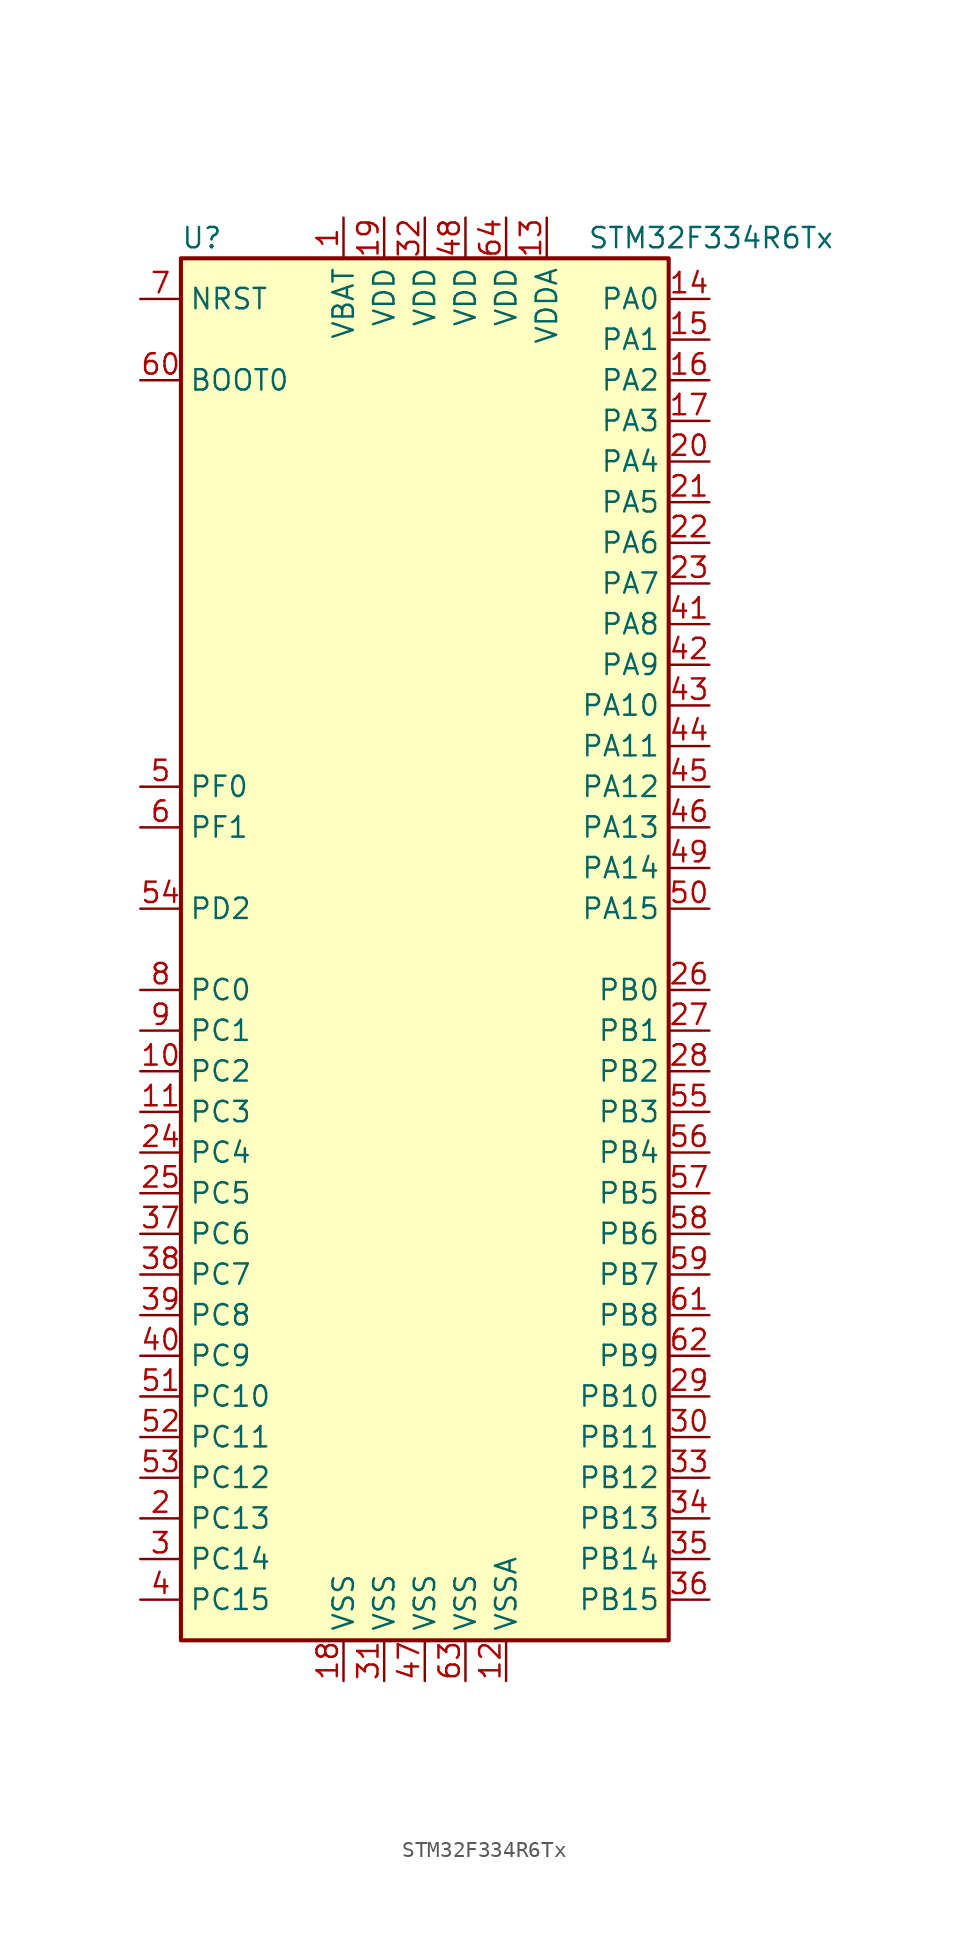
<source format=kicad_sym>
(kicad_symbol_lib
  (version 20211014)
  (generator kicad_symbol_editor)
  (symbol "STM32F334R6Tx"
    (property "Reference" "U"
      (at -15.24 44.45 0)
      (effects (font (size 1.27 1.27)) (justify left)))
    (property "Value" "STM32F334R6Tx"
      (at 10.16 44.45 0)
      (effects (font (size 1.27 1.27)) (justify left)))
    (symbol "STM32F334R6Tx_0_1"
      (rectangle (start -15.24 -43.18) (end 15.24 43.18) (stroke (width 0.254) (type default) (color 0 0 0 0)) (fill (type background))))
    (symbol "STM32F334R6Tx_1_1"
      (pin power_in line (at -5.08 45.72 270) (length 2.54) (name "VBAT" (effects (font (size 1.27 1.27)))) (number "1" (effects (font (size 1.27 1.27)))))
      (pin bidirectional line (at -17.78 -7.62 0) (length 2.54) (name "PC2" (effects (font (size 1.27 1.27)))) (number "10" (effects (font (size 1.27 1.27)))))
      (pin bidirectional line (at -17.78 -10.16 0) (length 2.54) (name "PC3" (effects (font (size 1.27 1.27)))) (number "11" (effects (font (size 1.27 1.27)))))
      (pin power_in line (at 5.08 -45.72 90) (length 2.54) (name "VSSA" (effects (font (size 1.27 1.27)))) (number "12" (effects (font (size 1.27 1.27)))))
      (pin power_in line (at 7.62 45.72 270) (length 2.54) (name "VDDA" (effects (font (size 1.27 1.27)))) (number "13" (effects (font (size 1.27 1.27)))))
      (pin bidirectional line (at 17.78 40.64 180) (length 2.54) (name "PA0" (effects (font (size 1.27 1.27)))) (number "14" (effects (font (size 1.27 1.27)))))
      (pin bidirectional line (at 17.78 38.1 180) (length 2.54) (name "PA1" (effects (font (size 1.27 1.27)))) (number "15" (effects (font (size 1.27 1.27)))))
      (pin bidirectional line (at 17.78 35.56 180) (length 2.54) (name "PA2" (effects (font (size 1.27 1.27)))) (number "16" (effects (font (size 1.27 1.27)))))
      (pin bidirectional line (at 17.78 33.02 180) (length 2.54) (name "PA3" (effects (font (size 1.27 1.27)))) (number "17" (effects (font (size 1.27 1.27)))))
      (pin power_in line (at -5.08 -45.72 90) (length 2.54) (name "VSS" (effects (font (size 1.27 1.27)))) (number "18" (effects (font (size 1.27 1.27)))))
      (pin power_in line (at -2.54 45.72 270) (length 2.54) (name "VDD" (effects (font (size 1.27 1.27)))) (number "19" (effects (font (size 1.27 1.27)))))
      (pin bidirectional line (at -17.78 -35.56 0) (length 2.54) (name "PC13" (effects (font (size 1.27 1.27)))) (number "2" (effects (font (size 1.27 1.27)))))
      (pin bidirectional line (at 17.78 30.48 180) (length 2.54) (name "PA4" (effects (font (size 1.27 1.27)))) (number "20" (effects (font (size 1.27 1.27)))))
      (pin bidirectional line (at 17.78 27.94 180) (length 2.54) (name "PA5" (effects (font (size 1.27 1.27)))) (number "21" (effects (font (size 1.27 1.27)))))
      (pin bidirectional line (at 17.78 25.4 180) (length 2.54) (name "PA6" (effects (font (size 1.27 1.27)))) (number "22" (effects (font (size 1.27 1.27)))))
      (pin bidirectional line (at 17.78 22.86 180) (length 2.54) (name "PA7" (effects (font (size 1.27 1.27)))) (number "23" (effects (font (size 1.27 1.27)))))
      (pin bidirectional line (at -17.78 -12.7 0) (length 2.54) (name "PC4" (effects (font (size 1.27 1.27)))) (number "24" (effects (font (size 1.27 1.27)))))
      (pin bidirectional line (at -17.78 -15.24 0) (length 2.54) (name "PC5" (effects (font (size 1.27 1.27)))) (number "25" (effects (font (size 1.27 1.27)))))
      (pin bidirectional line (at 17.78 -2.54 180) (length 2.54) (name "PB0" (effects (font (size 1.27 1.27)))) (number "26" (effects (font (size 1.27 1.27)))))
      (pin bidirectional line (at 17.78 -5.08 180) (length 2.54) (name "PB1" (effects (font (size 1.27 1.27)))) (number "27" (effects (font (size 1.27 1.27)))))
      (pin bidirectional line (at 17.78 -7.62 180) (length 2.54) (name "PB2" (effects (font (size 1.27 1.27)))) (number "28" (effects (font (size 1.27 1.27)))))
      (pin bidirectional line (at 17.78 -27.94 180) (length 2.54) (name "PB10" (effects (font (size 1.27 1.27)))) (number "29" (effects (font (size 1.27 1.27)))))
      (pin bidirectional line (at -17.78 -38.1 0) (length 2.54) (name "PC14" (effects (font (size 1.27 1.27)))) (number "3" (effects (font (size 1.27 1.27)))))
      (pin bidirectional line (at 17.78 -30.48 180) (length 2.54) (name "PB11" (effects (font (size 1.27 1.27)))) (number "30" (effects (font (size 1.27 1.27)))))
      (pin power_in line (at -2.54 -45.72 90) (length 2.54) (name "VSS" (effects (font (size 1.27 1.27)))) (number "31" (effects (font (size 1.27 1.27)))))
      (pin power_in line (at 0 45.72 270) (length 2.54) (name "VDD" (effects (font (size 1.27 1.27)))) (number "32" (effects (font (size 1.27 1.27)))))
      (pin bidirectional line (at 17.78 -33.02 180) (length 2.54) (name "PB12" (effects (font (size 1.27 1.27)))) (number "33" (effects (font (size 1.27 1.27)))))
      (pin bidirectional line (at 17.78 -35.56 180) (length 2.54) (name "PB13" (effects (font (size 1.27 1.27)))) (number "34" (effects (font (size 1.27 1.27)))))
      (pin bidirectional line (at 17.78 -38.1 180) (length 2.54) (name "PB14" (effects (font (size 1.27 1.27)))) (number "35" (effects (font (size 1.27 1.27)))))
      (pin bidirectional line (at 17.78 -40.64 180) (length 2.54) (name "PB15" (effects (font (size 1.27 1.27)))) (number "36" (effects (font (size 1.27 1.27)))))
      (pin bidirectional line (at -17.78 -17.78 0) (length 2.54) (name "PC6" (effects (font (size 1.27 1.27)))) (number "37" (effects (font (size 1.27 1.27)))))
      (pin bidirectional line (at -17.78 -20.32 0) (length 2.54) (name "PC7" (effects (font (size 1.27 1.27)))) (number "38" (effects (font (size 1.27 1.27)))))
      (pin bidirectional line (at -17.78 -22.86 0) (length 2.54) (name "PC8" (effects (font (size 1.27 1.27)))) (number "39" (effects (font (size 1.27 1.27)))))
      (pin bidirectional line (at -17.78 -40.64 0) (length 2.54) (name "PC15" (effects (font (size 1.27 1.27)))) (number "4" (effects (font (size 1.27 1.27)))))
      (pin bidirectional line (at -17.78 -25.4 0) (length 2.54) (name "PC9" (effects (font (size 1.27 1.27)))) (number "40" (effects (font (size 1.27 1.27)))))
      (pin bidirectional line (at 17.78 20.32 180) (length 2.54) (name "PA8" (effects (font (size 1.27 1.27)))) (number "41" (effects (font (size 1.27 1.27)))))
      (pin bidirectional line (at 17.78 17.78 180) (length 2.54) (name "PA9" (effects (font (size 1.27 1.27)))) (number "42" (effects (font (size 1.27 1.27)))))
      (pin bidirectional line (at 17.78 15.24 180) (length 2.54) (name "PA10" (effects (font (size 1.27 1.27)))) (number "43" (effects (font (size 1.27 1.27)))))
      (pin bidirectional line (at 17.78 12.7 180) (length 2.54) (name "PA11" (effects (font (size 1.27 1.27)))) (number "44" (effects (font (size 1.27 1.27)))))
      (pin bidirectional line (at 17.78 10.16 180) (length 2.54) (name "PA12" (effects (font (size 1.27 1.27)))) (number "45" (effects (font (size 1.27 1.27)))))
      (pin bidirectional line (at 17.78 7.62 180) (length 2.54) (name "PA13" (effects (font (size 1.27 1.27)))) (number "46" (effects (font (size 1.27 1.27)))))
      (pin power_in line (at 0 -45.72 90) (length 2.54) (name "VSS" (effects (font (size 1.27 1.27)))) (number "47" (effects (font (size 1.27 1.27)))))
      (pin power_in line (at 2.54 45.72 270) (length 2.54) (name "VDD" (effects (font (size 1.27 1.27)))) (number "48" (effects (font (size 1.27 1.27)))))
      (pin bidirectional line (at 17.78 5.08 180) (length 2.54) (name "PA14" (effects (font (size 1.27 1.27)))) (number "49" (effects (font (size 1.27 1.27)))))
      (pin input line (at -17.78 10.16 0) (length 2.54) (name "PF0" (effects (font (size 1.27 1.27)))) (number "5" (effects (font (size 1.27 1.27)))))
      (pin bidirectional line (at 17.78 2.54 180) (length 2.54) (name "PA15" (effects (font (size 1.27 1.27)))) (number "50" (effects (font (size 1.27 1.27)))))
      (pin bidirectional line (at -17.78 -27.94 0) (length 2.54) (name "PC10" (effects (font (size 1.27 1.27)))) (number "51" (effects (font (size 1.27 1.27)))))
      (pin bidirectional line (at -17.78 -30.48 0) (length 2.54) (name "PC11" (effects (font (size 1.27 1.27)))) (number "52" (effects (font (size 1.27 1.27)))))
      (pin bidirectional line (at -17.78 -33.02 0) (length 2.54) (name "PC12" (effects (font (size 1.27 1.27)))) (number "53" (effects (font (size 1.27 1.27)))))
      (pin bidirectional line (at -17.78 2.54 0) (length 2.54) (name "PD2" (effects (font (size 1.27 1.27)))) (number "54" (effects (font (size 1.27 1.27)))))
      (pin bidirectional line (at 17.78 -10.16 180) (length 2.54) (name "PB3" (effects (font (size 1.27 1.27)))) (number "55" (effects (font (size 1.27 1.27)))))
      (pin bidirectional line (at 17.78 -12.7 180) (length 2.54) (name "PB4" (effects (font (size 1.27 1.27)))) (number "56" (effects (font (size 1.27 1.27)))))
      (pin bidirectional line (at 17.78 -15.24 180) (length 2.54) (name "PB5" (effects (font (size 1.27 1.27)))) (number "57" (effects (font (size 1.27 1.27)))))
      (pin bidirectional line (at 17.78 -17.78 180) (length 2.54) (name "PB6" (effects (font (size 1.27 1.27)))) (number "58" (effects (font (size 1.27 1.27)))))
      (pin bidirectional line (at 17.78 -20.32 180) (length 2.54) (name "PB7" (effects (font (size 1.27 1.27)))) (number "59" (effects (font (size 1.27 1.27)))))
      (pin input line (at -17.78 7.62 0) (length 2.54) (name "PF1" (effects (font (size 1.27 1.27)))) (number "6" (effects (font (size 1.27 1.27)))))
      (pin input line (at -17.78 35.56 0) (length 2.54) (name "BOOT0" (effects (font (size 1.27 1.27)))) (number "60" (effects (font (size 1.27 1.27)))))
      (pin bidirectional line (at 17.78 -22.86 180) (length 2.54) (name "PB8" (effects (font (size 1.27 1.27)))) (number "61" (effects (font (size 1.27 1.27)))))
      (pin bidirectional line (at 17.78 -25.4 180) (length 2.54) (name "PB9" (effects (font (size 1.27 1.27)))) (number "62" (effects (font (size 1.27 1.27)))))
      (pin power_in line (at 2.54 -45.72 90) (length 2.54) (name "VSS" (effects (font (size 1.27 1.27)))) (number "63" (effects (font (size 1.27 1.27)))))
      (pin power_in line (at 5.08 45.72 270) (length 2.54) (name "VDD" (effects (font (size 1.27 1.27)))) (number "64" (effects (font (size 1.27 1.27)))))
      (pin input line (at -17.78 40.64 0) (length 2.54) (name "NRST" (effects (font (size 1.27 1.27)))) (number "7" (effects (font (size 1.27 1.27)))))
      (pin bidirectional line (at -17.78 -2.54 0) (length 2.54) (name "PC0" (effects (font (size 1.27 1.27)))) (number "8" (effects (font (size 1.27 1.27)))))
      (pin bidirectional line (at -17.78 -5.08 0) (length 2.54) (name "PC1" (effects (font (size 1.27 1.27)))) (number "9" (effects (font (size 1.27 1.27))))))))
</source>
